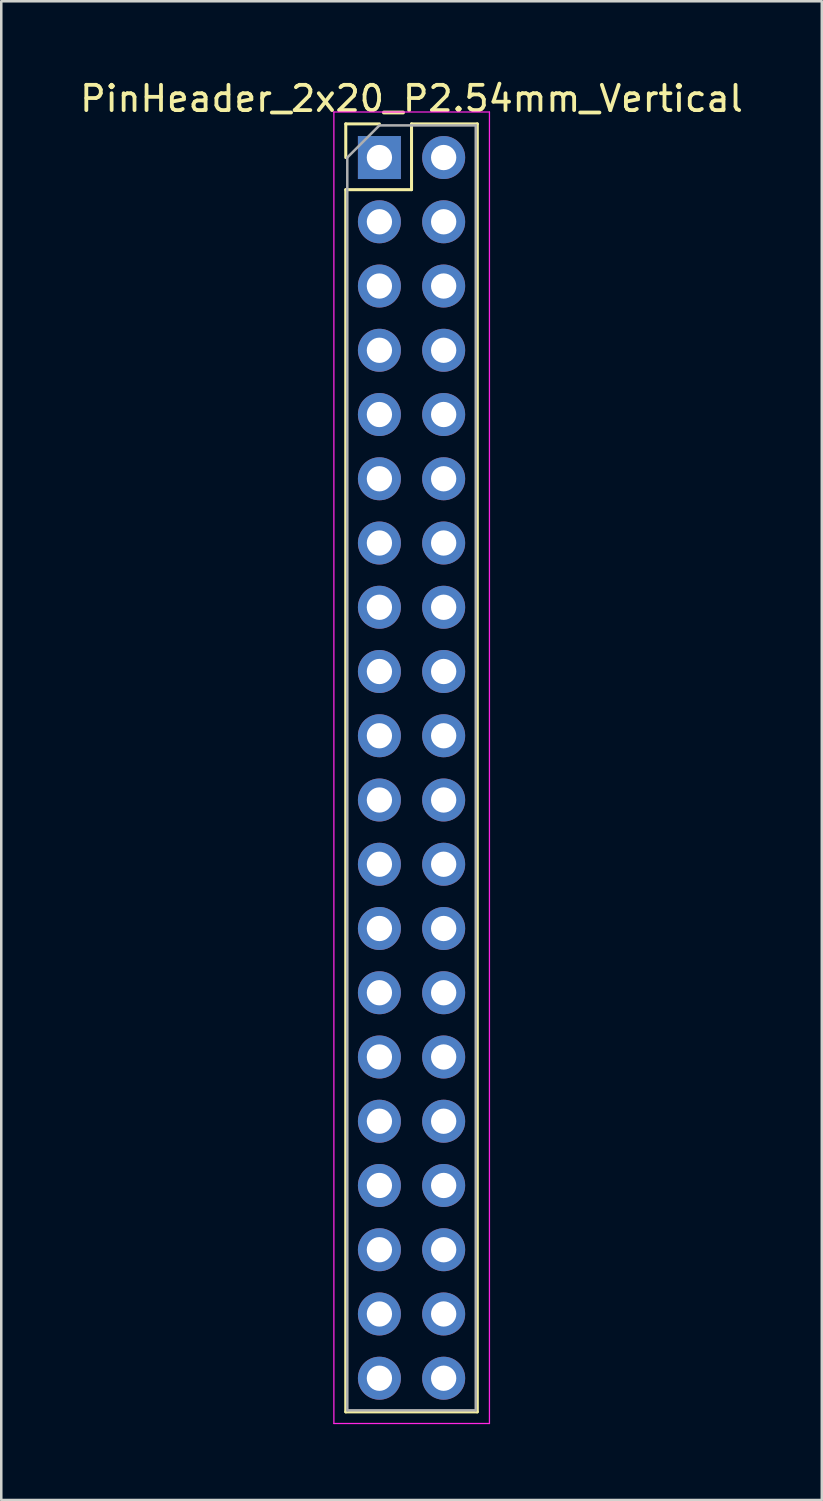
<source format=kicad_pcb>
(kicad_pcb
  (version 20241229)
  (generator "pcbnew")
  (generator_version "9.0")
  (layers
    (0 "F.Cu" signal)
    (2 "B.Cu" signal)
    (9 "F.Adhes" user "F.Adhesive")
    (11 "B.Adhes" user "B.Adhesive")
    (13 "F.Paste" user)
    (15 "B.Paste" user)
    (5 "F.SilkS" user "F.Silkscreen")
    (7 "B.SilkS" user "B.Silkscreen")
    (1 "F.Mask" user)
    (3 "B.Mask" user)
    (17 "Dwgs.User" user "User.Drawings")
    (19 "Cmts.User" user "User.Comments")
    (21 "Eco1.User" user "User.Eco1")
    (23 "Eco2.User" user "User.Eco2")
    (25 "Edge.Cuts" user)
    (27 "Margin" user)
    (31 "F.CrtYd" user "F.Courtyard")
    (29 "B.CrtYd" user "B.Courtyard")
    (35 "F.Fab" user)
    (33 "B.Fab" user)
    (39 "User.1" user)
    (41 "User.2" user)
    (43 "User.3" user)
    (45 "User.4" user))
  (footprint "PinHeader_2x20_P2.54mm_Vertical"
    (layer "F.Cu")
    (at 11.95 3.178)
    (property "Reference" "PinHeader_2x20_P2.54mm_Vertical" (at 1.27 -2.33 0) (layer "F.SilkS") (effects (font (size 1 1) (thickness 0.15))))
    (attr exclude_from_pos_files exclude_from_bom)
    (fp_line (start -1.33 -1.33) (end 0 -1.33) (stroke (width 0.12) (type solid)) (layer "F.SilkS"))
    (fp_line (start -1.33 0) (end -1.33 -1.33) (stroke (width 0.12) (type solid)) (layer "F.SilkS"))
    (fp_line (start -1.33 1.27) (end -1.33 49.59) (stroke (width 0.12) (type solid)) (layer "F.SilkS"))
    (fp_line (start -1.33 1.27) (end 1.27 1.27) (stroke (width 0.12) (type solid)) (layer "F.SilkS"))
    (fp_line (start -1.33 49.59) (end 3.87 49.59) (stroke (width 0.12) (type solid)) (layer "F.SilkS"))
    (fp_line (start 1.27 -1.33) (end 3.87 -1.33) (stroke (width 0.12) (type solid)) (layer "F.SilkS"))
    (fp_line (start 1.27 1.27) (end 1.27 -1.33) (stroke (width 0.12) (type solid)) (layer "F.SilkS"))
    (fp_line (start 3.87 -1.33) (end 3.87 49.59) (stroke (width 0.12) (type solid)) (layer "F.SilkS"))
    (fp_line (start -1.8 -1.8) (end -1.8 50.05) (stroke (width 0.05) (type solid)) (layer "F.CrtYd"))
    (fp_line (start -1.8 50.05) (end 4.35 50.05) (stroke (width 0.05) (type solid)) (layer "F.CrtYd"))
    (fp_line (start 4.35 -1.8) (end -1.8 -1.8) (stroke (width 0.05) (type solid)) (layer "F.CrtYd"))
    (fp_line (start 4.35 50.05) (end 4.35 -1.8) (stroke (width 0.05) (type solid)) (layer "F.CrtYd"))
    (fp_line (start -1.27 0) (end 0 -1.27) (stroke (width 0.1) (type solid)) (layer "F.Fab"))
    (fp_line (start -1.27 49.53) (end -1.27 0) (stroke (width 0.1) (type solid)) (layer "F.Fab"))
    (fp_line (start 0 -1.27) (end 3.81 -1.27) (stroke (width 0.1) (type solid)) (layer "F.Fab"))
    (fp_line (start 3.81 -1.27) (end 3.81 49.53) (stroke (width 0.1) (type solid)) (layer "F.Fab"))
    (fp_line (start 3.81 49.53) (end -1.27 49.53) (stroke (width 0.1) (type solid)) (layer "F.Fab"))
    (pad "1" thru_hole rect (at 0 0) (size 1.7 1.7) (drill 1) (layers "*.Cu" "*.Mask"))
    (pad "2" thru_hole oval (at 2.54 0) (size 1.7 1.7) (drill 1) (layers "*.Cu" "*.Mask"))
    (pad "3" thru_hole oval (at 0 2.54) (size 1.7 1.7) (drill 1) (layers "*.Cu" "*.Mask"))
    (pad "4" thru_hole oval (at 2.54 2.54) (size 1.7 1.7) (drill 1) (layers "*.Cu" "*.Mask"))
    (pad "5" thru_hole oval (at 0 5.08) (size 1.7 1.7) (drill 1) (layers "*.Cu" "*.Mask"))
    (pad "6" thru_hole oval (at 2.54 5.08) (size 1.7 1.7) (drill 1) (layers "*.Cu" "*.Mask"))
    (pad "7" thru_hole oval (at 0 7.62) (size 1.7 1.7) (drill 1) (layers "*.Cu" "*.Mask"))
    (pad "8" thru_hole oval (at 2.54 7.62) (size 1.7 1.7) (drill 1) (layers "*.Cu" "*.Mask"))
    (pad "9" thru_hole oval (at 0 10.16) (size 1.7 1.7) (drill 1) (layers "*.Cu" "*.Mask"))
    (pad "10" thru_hole oval (at 2.54 10.16) (size 1.7 1.7) (drill 1) (layers "*.Cu" "*.Mask"))
    (pad "11" thru_hole oval (at 0 12.7) (size 1.7 1.7) (drill 1) (layers "*.Cu" "*.Mask"))
    (pad "12" thru_hole oval (at 2.54 12.7) (size 1.7 1.7) (drill 1) (layers "*.Cu" "*.Mask"))
    (pad "13" thru_hole oval (at 0 15.24) (size 1.7 1.7) (drill 1) (layers "*.Cu" "*.Mask"))
    (pad "14" thru_hole oval (at 2.54 15.24) (size 1.7 1.7) (drill 1) (layers "*.Cu" "*.Mask"))
    (pad "15" thru_hole oval (at 0 17.78) (size 1.7 1.7) (drill 1) (layers "*.Cu" "*.Mask"))
    (pad "16" thru_hole oval (at 2.54 17.78) (size 1.7 1.7) (drill 1) (layers "*.Cu" "*.Mask"))
    (pad "17" thru_hole oval (at 0 20.32) (size 1.7 1.7) (drill 1) (layers "*.Cu" "*.Mask"))
    (pad "18" thru_hole oval (at 2.54 20.32) (size 1.7 1.7) (drill 1) (layers "*.Cu" "*.Mask"))
    (pad "19" thru_hole oval (at 0 22.86) (size 1.7 1.7) (drill 1) (layers "*.Cu" "*.Mask"))
    (pad "20" thru_hole oval (at 2.54 22.86) (size 1.7 1.7) (drill 1) (layers "*.Cu" "*.Mask"))
    (pad "21" thru_hole oval (at 0 25.4) (size 1.7 1.7) (drill 1) (layers "*.Cu" "*.Mask"))
    (pad "22" thru_hole oval (at 2.54 25.4) (size 1.7 1.7) (drill 1) (layers "*.Cu" "*.Mask"))
    (pad "23" thru_hole oval (at 0 27.94) (size 1.7 1.7) (drill 1) (layers "*.Cu" "*.Mask"))
    (pad "24" thru_hole oval (at 2.54 27.94) (size 1.7 1.7) (drill 1) (layers "*.Cu" "*.Mask"))
    (pad "25" thru_hole oval (at 0 30.48) (size 1.7 1.7) (drill 1) (layers "*.Cu" "*.Mask"))
    (pad "26" thru_hole oval (at 2.54 30.48) (size 1.7 1.7) (drill 1) (layers "*.Cu" "*.Mask"))
    (pad "27" thru_hole oval (at 0 33.02) (size 1.7 1.7) (drill 1) (layers "*.Cu" "*.Mask"))
    (pad "28" thru_hole oval (at 2.54 33.02) (size 1.7 1.7) (drill 1) (layers "*.Cu" "*.Mask"))
    (pad "29" thru_hole oval (at 0 35.56) (size 1.7 1.7) (drill 1) (layers "*.Cu" "*.Mask"))
    (pad "30" thru_hole oval (at 2.54 35.56) (size 1.7 1.7) (drill 1) (layers "*.Cu" "*.Mask"))
    (pad "31" thru_hole oval (at 0 38.1) (size 1.7 1.7) (drill 1) (layers "*.Cu" "*.Mask"))
    (pad "32" thru_hole oval (at 2.54 38.1) (size 1.7 1.7) (drill 1) (layers "*.Cu" "*.Mask"))
    (pad "33" thru_hole oval (at 0 40.64) (size 1.7 1.7) (drill 1) (layers "*.Cu" "*.Mask"))
    (pad "34" thru_hole oval (at 2.54 40.64) (size 1.7 1.7) (drill 1) (layers "*.Cu" "*.Mask"))
    (pad "35" thru_hole oval (at 0 43.18) (size 1.7 1.7) (drill 1) (layers "*.Cu" "*.Mask"))
    (pad "36" thru_hole oval (at 2.54 43.18) (size 1.7 1.7) (drill 1) (layers "*.Cu" "*.Mask"))
    (pad "37" thru_hole oval (at 0 45.72) (size 1.7 1.7) (drill 1) (layers "*.Cu" "*.Mask"))
    (pad "38" thru_hole oval (at 2.54 45.72) (size 1.7 1.7) (drill 1) (layers "*.Cu" "*.Mask"))
    (pad "39" thru_hole oval (at 0 48.26) (size 1.7 1.7) (drill 1) (layers "*.Cu" "*.Mask"))
    (pad "40" thru_hole oval (at 2.54 48.26) (size 1.7 1.7) (drill 1) (layers "*.Cu" "*.Mask")))
  (gr_rect
    (start -3 -3)
    (end 29.44 56.253)
    (stroke (width 0.1) (type default))
    (fill no)
    (layer "Edge.Cuts")))
</source>
